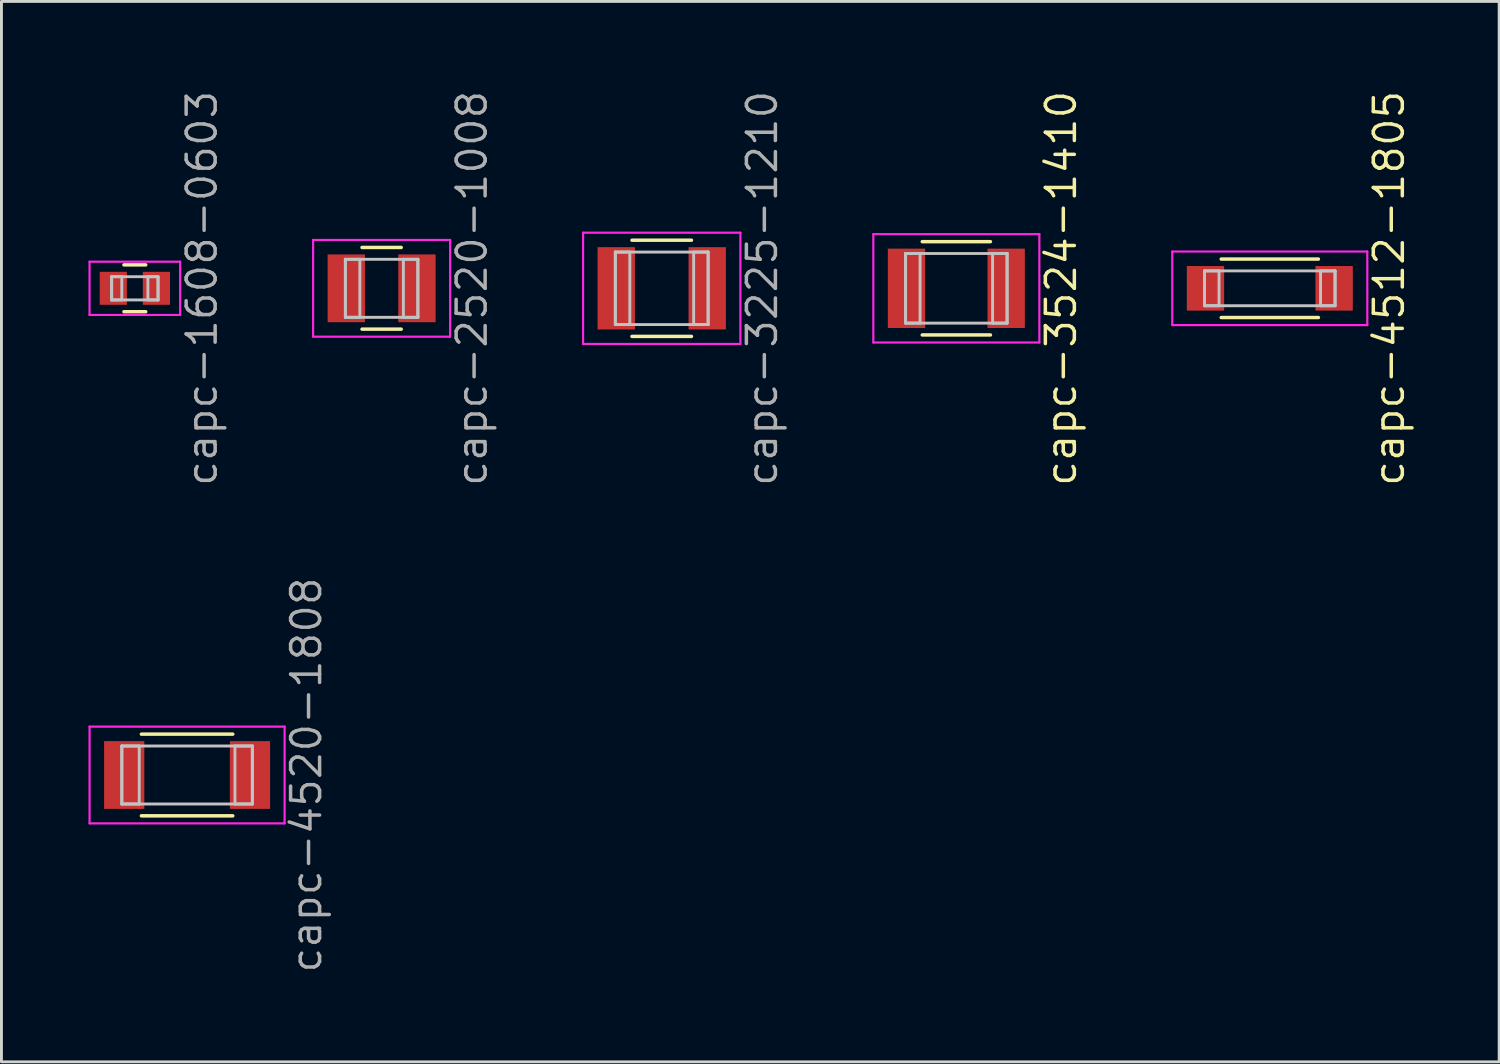
<source format=kicad_pcb>
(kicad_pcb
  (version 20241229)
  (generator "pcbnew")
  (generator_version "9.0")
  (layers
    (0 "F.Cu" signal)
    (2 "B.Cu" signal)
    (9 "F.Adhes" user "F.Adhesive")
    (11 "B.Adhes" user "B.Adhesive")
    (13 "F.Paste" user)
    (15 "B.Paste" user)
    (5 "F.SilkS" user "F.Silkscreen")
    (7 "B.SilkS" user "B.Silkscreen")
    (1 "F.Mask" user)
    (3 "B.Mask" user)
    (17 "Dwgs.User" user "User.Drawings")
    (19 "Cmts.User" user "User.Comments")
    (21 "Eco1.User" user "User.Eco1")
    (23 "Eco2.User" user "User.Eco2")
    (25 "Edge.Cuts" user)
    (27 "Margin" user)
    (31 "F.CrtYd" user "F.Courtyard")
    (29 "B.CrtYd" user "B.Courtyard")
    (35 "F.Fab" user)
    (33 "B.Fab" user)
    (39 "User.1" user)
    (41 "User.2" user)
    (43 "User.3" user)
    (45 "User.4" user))
  (footprint "capc-1608-0603"
    (layer "F.Cu")
    (at 1.599 6.89)
    (property "Reference" "capc-1608-0603" (at 2.312 0 90) (layer "F.Fab") (effects (font (size 1 1) (thickness 0.12))))
    (attr through_hole)
    (fp_line (start -0.375 -0.808) (end 0.375 -0.808) (stroke (width 0.12) (type solid)) (layer "F.SilkS"))
    (fp_line (start -0.375 0.808) (end 0.375 0.808) (stroke (width 0.12) (type solid)) (layer "F.SilkS"))
    (fp_line (start -0.8 -0.4) (end -0.8 0.4) (stroke (width 0.1) (type solid)) (layer "Dwgs.User"))
    (fp_line (start -0.8 -0.4) (end -0.8 0.4) (stroke (width 0.1) (type solid)) (layer "Dwgs.User"))
    (fp_line (start -0.8 0.4) (end -0.45 0.4) (stroke (width 0.1) (type solid)) (layer "Dwgs.User"))
    (fp_line (start -0.8 0.4) (end 0.8 0.4) (stroke (width 0.1) (type solid)) (layer "Dwgs.User"))
    (fp_line (start -0.45 -0.4) (end -0.8 -0.4) (stroke (width 0.1) (type solid)) (layer "Dwgs.User"))
    (fp_line (start -0.45 0.4) (end -0.45 -0.4) (stroke (width 0.1) (type solid)) (layer "Dwgs.User"))
    (fp_line (start 0.45 -0.4) (end 0.45 0.4) (stroke (width 0.1) (type solid)) (layer "Dwgs.User"))
    (fp_line (start 0.45 0.4) (end 0.8 0.4) (stroke (width 0.1) (type solid)) (layer "Dwgs.User"))
    (fp_line (start 0.8 -0.4) (end -0.8 -0.4) (stroke (width 0.1) (type solid)) (layer "Dwgs.User"))
    (fp_line (start 0.8 -0.4) (end 0.45 -0.4) (stroke (width 0.1) (type solid)) (layer "Dwgs.User"))
    (fp_line (start 0.8 0.4) (end 0.8 -0.4) (stroke (width 0.1) (type solid)) (layer "Dwgs.User"))
    (fp_line (start 0.8 0.4) (end 0.8 -0.4) (stroke (width 0.1) (type solid)) (layer "Dwgs.User"))
    (fp_line (start -1.562 -0.918) (end -1.562 0.918) (stroke (width 0.075) (type solid)) (layer "F.CrtYd"))
    (fp_line (start -1.562 0.918) (end 1.562 0.918) (stroke (width 0.075) (type solid)) (layer "F.CrtYd"))
    (fp_line (start 1.562 -0.918) (end -1.562 -0.918) (stroke (width 0.075) (type solid)) (layer "F.CrtYd"))
    (fp_line (start 1.562 0.918) (end 1.562 -0.918) (stroke (width 0.075) (type solid)) (layer "F.CrtYd"))
    (pad "1" smd rect (at -0.743 0) (size 0.937 1.137) (layers "F.Cu" "F.Mask" "F.Paste"))
    (pad "2" smd rect (at 0.743 0) (size 0.937 1.137) (layers "F.Cu" "F.Mask" "F.Paste")))
  (footprint "capc-2520-1008"
    (layer "F.Cu")
    (at 10.107 6.89)
    (property "Reference" "capc-2520-1008" (at 3.112 0 90) (layer "F.Fab") (effects (font (size 1 1) (thickness 0.12))))
    (attr through_hole)
    (fp_line (start -0.675 -1.408) (end 0.675 -1.408) (stroke (width 0.12) (type solid)) (layer "F.SilkS"))
    (fp_line (start -0.675 1.408) (end 0.675 1.408) (stroke (width 0.12) (type solid)) (layer "F.SilkS"))
    (fp_line (start -1.25 -1) (end -1.25 1) (stroke (width 0.1) (type solid)) (layer "Dwgs.User"))
    (fp_line (start -1.25 -1) (end -1.25 1) (stroke (width 0.1) (type solid)) (layer "Dwgs.User"))
    (fp_line (start -1.25 1) (end -0.75 1) (stroke (width 0.1) (type solid)) (layer "Dwgs.User"))
    (fp_line (start -1.25 1) (end 1.25 1) (stroke (width 0.1) (type solid)) (layer "Dwgs.User"))
    (fp_line (start -0.75 -1) (end -1.25 -1) (stroke (width 0.1) (type solid)) (layer "Dwgs.User"))
    (fp_line (start -0.75 1) (end -0.75 -1) (stroke (width 0.1) (type solid)) (layer "Dwgs.User"))
    (fp_line (start 0.75 -1) (end 0.75 1) (stroke (width 0.1) (type solid)) (layer "Dwgs.User"))
    (fp_line (start 0.75 1) (end 1.25 1) (stroke (width 0.1) (type solid)) (layer "Dwgs.User"))
    (fp_line (start 1.25 -1) (end -1.25 -1) (stroke (width 0.1) (type solid)) (layer "Dwgs.User"))
    (fp_line (start 1.25 -1) (end 0.75 -1) (stroke (width 0.1) (type solid)) (layer "Dwgs.User"))
    (fp_line (start 1.25 1) (end 1.25 -1) (stroke (width 0.1) (type solid)) (layer "Dwgs.User"))
    (fp_line (start 1.25 1) (end 1.25 -1) (stroke (width 0.1) (type solid)) (layer "Dwgs.User"))
    (fp_line (start -2.362 -1.668) (end -2.362 1.668) (stroke (width 0.075) (type solid)) (layer "F.CrtYd"))
    (fp_line (start -2.362 1.668) (end 2.362 1.668) (stroke (width 0.075) (type solid)) (layer "F.CrtYd"))
    (fp_line (start 2.362 -1.668) (end -2.362 -1.668) (stroke (width 0.075) (type solid)) (layer "F.CrtYd"))
    (fp_line (start 2.362 1.668) (end 2.362 -1.668) (stroke (width 0.075) (type solid)) (layer "F.CrtYd"))
    (pad "1" smd rect (at -1.218 0) (size 1.287 2.337) (layers "F.Cu" "F.Mask" "F.Paste"))
    (pad "2" smd rect (at 1.218 0) (size 1.287 2.337) (layers "F.Cu" "F.Mask" "F.Paste")))
  (footprint "capc-3225-1210"
    (layer "F.Cu")
    (at 19.764 6.89)
    (property "Reference" "capc-3225-1210" (at 3.462 0 90) (layer "F.Fab") (effects (font (size 1 1) (thickness 0.12))))
    (attr through_hole)
    (fp_line (start -1.025 -1.658) (end 1.025 -1.658) (stroke (width 0.12) (type solid)) (layer "F.SilkS"))
    (fp_line (start -1.025 1.658) (end 1.025 1.658) (stroke (width 0.12) (type solid)) (layer "F.SilkS"))
    (fp_line (start -1.6 -1.25) (end -1.6 1.25) (stroke (width 0.1) (type solid)) (layer "Dwgs.User"))
    (fp_line (start -1.6 -1.25) (end -1.6 1.25) (stroke (width 0.1) (type solid)) (layer "Dwgs.User"))
    (fp_line (start -1.6 1.25) (end -1.1 1.25) (stroke (width 0.1) (type solid)) (layer "Dwgs.User"))
    (fp_line (start -1.6 1.25) (end 1.6 1.25) (stroke (width 0.1) (type solid)) (layer "Dwgs.User"))
    (fp_line (start -1.1 -1.25) (end -1.6 -1.25) (stroke (width 0.1) (type solid)) (layer "Dwgs.User"))
    (fp_line (start -1.1 1.25) (end -1.1 -1.25) (stroke (width 0.1) (type solid)) (layer "Dwgs.User"))
    (fp_line (start 1.1 -1.25) (end 1.1 1.25) (stroke (width 0.1) (type solid)) (layer "Dwgs.User"))
    (fp_line (start 1.1 1.25) (end 1.6 1.25) (stroke (width 0.1) (type solid)) (layer "Dwgs.User"))
    (fp_line (start 1.6 -1.25) (end -1.6 -1.25) (stroke (width 0.1) (type solid)) (layer "Dwgs.User"))
    (fp_line (start 1.6 -1.25) (end 1.1 -1.25) (stroke (width 0.1) (type solid)) (layer "Dwgs.User"))
    (fp_line (start 1.6 1.25) (end 1.6 -1.25) (stroke (width 0.1) (type solid)) (layer "Dwgs.User"))
    (fp_line (start 1.6 1.25) (end 1.6 -1.25) (stroke (width 0.1) (type solid)) (layer "Dwgs.User"))
    (fp_line (start -2.712 -1.918) (end -2.712 1.918) (stroke (width 0.075) (type solid)) (layer "F.CrtYd"))
    (fp_line (start -2.712 1.918) (end 2.712 1.918) (stroke (width 0.075) (type solid)) (layer "F.CrtYd"))
    (fp_line (start 2.712 -1.918) (end -2.712 -1.918) (stroke (width 0.075) (type solid)) (layer "F.CrtYd"))
    (fp_line (start 2.712 1.918) (end 2.712 -1.918) (stroke (width 0.075) (type solid)) (layer "F.CrtYd"))
    (pad "1" smd rect (at -1.568 0) (size 1.287 2.837) (layers "F.Cu" "F.Mask" "F.Paste"))
    (pad "2" smd rect (at 1.568 0) (size 1.287 2.837) (layers "F.Cu" "F.Mask" "F.Paste")))
  (footprint "capc-3524-1410"
    (layer "F.Cu")
    (at 29.921 6.89)
    (property "Reference" "capc-3524-1410" (at 3.612 0 90) (layer "F.SilkS") (effects (font (size 1 1) (thickness 0.12))))
    (attr through_hole)
    (fp_line (start -1.175 -1.608) (end 1.175 -1.608) (stroke (width 0.12) (type solid)) (layer "F.SilkS"))
    (fp_line (start -1.175 1.608) (end 1.175 1.608) (stroke (width 0.12) (type solid)) (layer "F.SilkS"))
    (fp_line (start -1.75 -1.2) (end -1.75 1.2) (stroke (width 0.1) (type solid)) (layer "Dwgs.User"))
    (fp_line (start -1.75 -1.2) (end -1.75 1.2) (stroke (width 0.1) (type solid)) (layer "Dwgs.User"))
    (fp_line (start -1.75 1.2) (end -1.25 1.2) (stroke (width 0.1) (type solid)) (layer "Dwgs.User"))
    (fp_line (start -1.75 1.2) (end 1.75 1.2) (stroke (width 0.1) (type solid)) (layer "Dwgs.User"))
    (fp_line (start -1.25 -1.2) (end -1.75 -1.2) (stroke (width 0.1) (type solid)) (layer "Dwgs.User"))
    (fp_line (start -1.25 1.2) (end -1.25 -1.2) (stroke (width 0.1) (type solid)) (layer "Dwgs.User"))
    (fp_line (start 1.25 -1.2) (end 1.25 1.2) (stroke (width 0.1) (type solid)) (layer "Dwgs.User"))
    (fp_line (start 1.25 1.2) (end 1.75 1.2) (stroke (width 0.1) (type solid)) (layer "Dwgs.User"))
    (fp_line (start 1.75 -1.2) (end -1.75 -1.2) (stroke (width 0.1) (type solid)) (layer "Dwgs.User"))
    (fp_line (start 1.75 -1.2) (end 1.25 -1.2) (stroke (width 0.1) (type solid)) (layer "Dwgs.User"))
    (fp_line (start 1.75 1.2) (end 1.75 -1.2) (stroke (width 0.1) (type solid)) (layer "Dwgs.User"))
    (fp_line (start 1.75 1.2) (end 1.75 -1.2) (stroke (width 0.1) (type solid)) (layer "Dwgs.User"))
    (fp_line (start -2.862 -1.868) (end -2.862 1.868) (stroke (width 0.075) (type solid)) (layer "F.CrtYd"))
    (fp_line (start -2.862 1.868) (end 2.862 1.868) (stroke (width 0.075) (type solid)) (layer "F.CrtYd"))
    (fp_line (start 2.862 -1.868) (end -2.862 -1.868) (stroke (width 0.075) (type solid)) (layer "F.CrtYd"))
    (fp_line (start 2.862 1.868) (end 2.862 -1.868) (stroke (width 0.075) (type solid)) (layer "F.CrtYd"))
    (pad "1" smd rect (at -1.718 0) (size 1.287 2.737) (layers "F.Cu" "F.Mask" "F.Paste"))
    (pad "2" smd rect (at 1.718 0) (size 1.287 2.737) (layers "F.Cu" "F.Mask" "F.Paste")))
  (footprint "capc-4512-1805"
    (layer "F.Cu")
    (at 40.728 6.89)
    (property "Reference" "capc-4512-1805" (at 4.112 0 90) (layer "F.SilkS") (effects (font (size 1 1) (thickness 0.12))))
    (attr through_hole)
    (fp_line (start -1.675 -1.008) (end 1.675 -1.008) (stroke (width 0.12) (type solid)) (layer "F.SilkS"))
    (fp_line (start -1.675 1.008) (end 1.675 1.008) (stroke (width 0.12) (type solid)) (layer "F.SilkS"))
    (fp_line (start -2.25 -0.6) (end -2.25 0.6) (stroke (width 0.1) (type solid)) (layer "Dwgs.User"))
    (fp_line (start -2.25 -0.6) (end -2.25 0.6) (stroke (width 0.1) (type solid)) (layer "Dwgs.User"))
    (fp_line (start -2.25 0.6) (end -1.75 0.6) (stroke (width 0.1) (type solid)) (layer "Dwgs.User"))
    (fp_line (start -2.25 0.6) (end 2.25 0.6) (stroke (width 0.1) (type solid)) (layer "Dwgs.User"))
    (fp_line (start -1.75 -0.6) (end -2.25 -0.6) (stroke (width 0.1) (type solid)) (layer "Dwgs.User"))
    (fp_line (start -1.75 0.6) (end -1.75 -0.6) (stroke (width 0.1) (type solid)) (layer "Dwgs.User"))
    (fp_line (start 1.75 -0.6) (end 1.75 0.6) (stroke (width 0.1) (type solid)) (layer "Dwgs.User"))
    (fp_line (start 1.75 0.6) (end 2.25 0.6) (stroke (width 0.1) (type solid)) (layer "Dwgs.User"))
    (fp_line (start 2.25 -0.6) (end -2.25 -0.6) (stroke (width 0.1) (type solid)) (layer "Dwgs.User"))
    (fp_line (start 2.25 -0.6) (end 1.75 -0.6) (stroke (width 0.1) (type solid)) (layer "Dwgs.User"))
    (fp_line (start 2.25 0.6) (end 2.25 -0.6) (stroke (width 0.1) (type solid)) (layer "Dwgs.User"))
    (fp_line (start 2.25 0.6) (end 2.25 -0.6) (stroke (width 0.1) (type solid)) (layer "Dwgs.User"))
    (fp_line (start -3.362 -1.268) (end -3.362 1.268) (stroke (width 0.075) (type solid)) (layer "F.CrtYd"))
    (fp_line (start -3.362 1.268) (end 3.362 1.268) (stroke (width 0.075) (type solid)) (layer "F.CrtYd"))
    (fp_line (start 3.362 -1.268) (end -3.362 -1.268) (stroke (width 0.075) (type solid)) (layer "F.CrtYd"))
    (fp_line (start 3.362 1.268) (end 3.362 -1.268) (stroke (width 0.075) (type solid)) (layer "F.CrtYd"))
    (pad "1" smd rect (at -2.218 0) (size 1.287 1.537) (layers "F.Cu" "F.Mask" "F.Paste"))
    (pad "2" smd rect (at 2.218 0) (size 1.287 1.537) (layers "F.Cu" "F.Mask" "F.Paste")))
  (footprint "capc-4520-1808"
    (layer "F.Cu")
    (at 3.4 23.669)
    (property "Reference" "capc-4520-1808" (at 4.112 0 90) (layer "F.Fab") (effects (font (size 1 1) (thickness 0.12))))
    (attr through_hole)
    (fp_line (start -1.575 -1.408) (end 1.575 -1.408) (stroke (width 0.12) (type solid)) (layer "F.SilkS"))
    (fp_line (start -1.575 1.408) (end 1.575 1.408) (stroke (width 0.12) (type solid)) (layer "F.SilkS"))
    (fp_line (start -2.25 -1) (end -2.25 1) (stroke (width 0.1) (type solid)) (layer "Dwgs.User"))
    (fp_line (start -2.25 -1) (end -2.25 1) (stroke (width 0.1) (type solid)) (layer "Dwgs.User"))
    (fp_line (start -2.25 1) (end -1.65 1) (stroke (width 0.1) (type solid)) (layer "Dwgs.User"))
    (fp_line (start -2.25 1) (end 2.25 1) (stroke (width 0.1) (type solid)) (layer "Dwgs.User"))
    (fp_line (start -1.65 -1) (end -2.25 -1) (stroke (width 0.1) (type solid)) (layer "Dwgs.User"))
    (fp_line (start -1.65 1) (end -1.65 -1) (stroke (width 0.1) (type solid)) (layer "Dwgs.User"))
    (fp_line (start 1.65 -1) (end 1.65 1) (stroke (width 0.1) (type solid)) (layer "Dwgs.User"))
    (fp_line (start 1.65 1) (end 2.25 1) (stroke (width 0.1) (type solid)) (layer "Dwgs.User"))
    (fp_line (start 2.25 -1) (end -2.25 -1) (stroke (width 0.1) (type solid)) (layer "Dwgs.User"))
    (fp_line (start 2.25 -1) (end 1.65 -1) (stroke (width 0.1) (type solid)) (layer "Dwgs.User"))
    (fp_line (start 2.25 1) (end 2.25 -1) (stroke (width 0.1) (type solid)) (layer "Dwgs.User"))
    (fp_line (start 2.25 1) (end 2.25 -1) (stroke (width 0.1) (type solid)) (layer "Dwgs.User"))
    (fp_line (start -3.362 -1.668) (end -3.362 1.668) (stroke (width 0.075) (type solid)) (layer "F.CrtYd"))
    (fp_line (start -3.362 1.668) (end 3.362 1.668) (stroke (width 0.075) (type solid)) (layer "F.CrtYd"))
    (fp_line (start 3.362 -1.668) (end -3.362 -1.668) (stroke (width 0.075) (type solid)) (layer "F.CrtYd"))
    (fp_line (start 3.362 1.668) (end 3.362 -1.668) (stroke (width 0.075) (type solid)) (layer "F.CrtYd"))
    (pad "1" smd rect (at -2.168 0) (size 1.387 2.337) (layers "F.Cu" "F.Mask" "F.Paste"))
    (pad "2" smd rect (at 2.168 0) (size 1.387 2.337) (layers "F.Cu" "F.Mask" "F.Paste")))
  (gr_rect
    (start -3 -3)
    (end 48.636 33.558)
    (stroke (width 0.1) (type default))
    (fill no)
    (layer "Edge.Cuts")))
</source>
